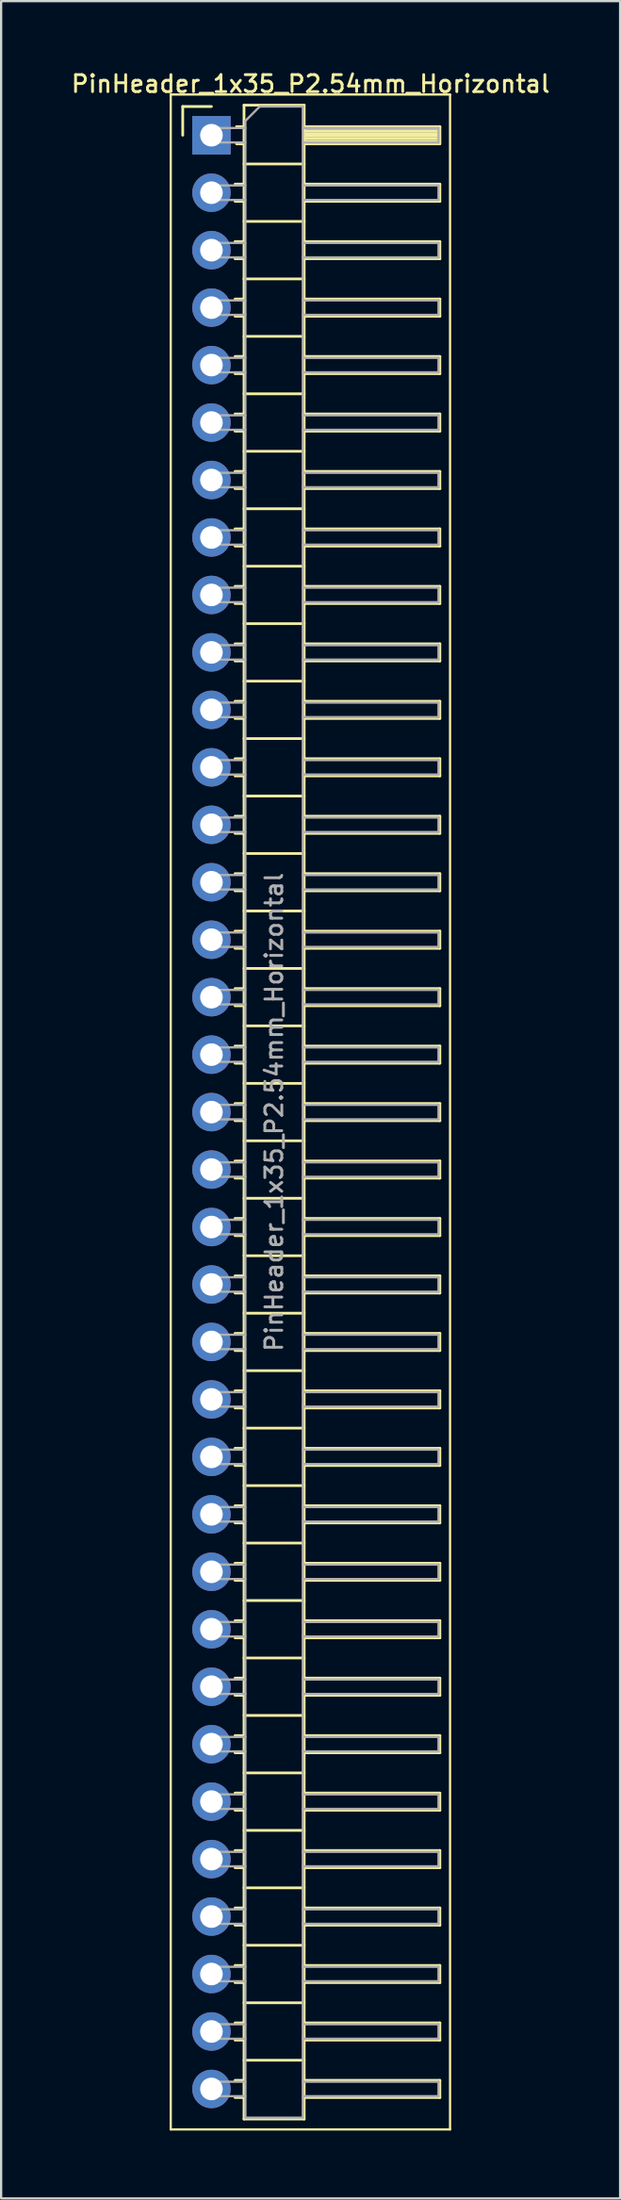
<source format=kicad_pcb>
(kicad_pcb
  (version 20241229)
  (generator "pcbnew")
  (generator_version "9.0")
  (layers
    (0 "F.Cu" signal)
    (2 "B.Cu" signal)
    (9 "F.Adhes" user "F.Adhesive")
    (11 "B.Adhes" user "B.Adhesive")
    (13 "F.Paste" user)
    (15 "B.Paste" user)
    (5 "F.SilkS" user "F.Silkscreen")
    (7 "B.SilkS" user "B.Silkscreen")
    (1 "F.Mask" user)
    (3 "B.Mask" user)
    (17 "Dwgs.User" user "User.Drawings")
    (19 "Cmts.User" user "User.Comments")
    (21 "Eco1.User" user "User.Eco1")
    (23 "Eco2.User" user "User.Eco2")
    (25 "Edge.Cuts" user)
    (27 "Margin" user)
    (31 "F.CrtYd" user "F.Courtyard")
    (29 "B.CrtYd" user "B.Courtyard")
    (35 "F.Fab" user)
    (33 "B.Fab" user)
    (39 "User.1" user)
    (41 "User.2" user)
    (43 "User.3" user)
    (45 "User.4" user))
  (footprint "PinHeader_1x35_P2.54mm_Horizontal"
    (layer "F.Cu")
    (at 6.299 2.928)
    (property "Reference" "PinHeader_1x35_P2.54mm_Horizontal" (at 4.385 -2.27 0) (layer "F.SilkS") (effects (font (size 0.75 0.75) (thickness 0.125))))
    (attr through_hole)
    (fp_line (start -1.8 -1.8) (end -1.8 88.15) (stroke (width 0.1) (type solid)) (layer "F.SilkS"))
    (fp_line (start -1.8 88.15) (end 10.55 88.15) (stroke (width 0.1) (type solid)) (layer "F.SilkS"))
    (fp_line (start -1.27 -1.27) (end 0 -1.27) (stroke (width 0.12) (type solid)) (layer "F.SilkS"))
    (fp_line (start -1.27 0) (end -1.27 -1.27) (stroke (width 0.12) (type solid)) (layer "F.SilkS"))
    (fp_line (start 1.043 2.16) (end 1.44 2.16) (stroke (width 0.12) (type solid)) (layer "F.SilkS"))
    (fp_line (start 1.043 2.92) (end 1.44 2.92) (stroke (width 0.12) (type solid)) (layer "F.SilkS"))
    (fp_line (start 1.043 4.7) (end 1.44 4.7) (stroke (width 0.12) (type solid)) (layer "F.SilkS"))
    (fp_line (start 1.043 5.46) (end 1.44 5.46) (stroke (width 0.12) (type solid)) (layer "F.SilkS"))
    (fp_line (start 1.043 7.24) (end 1.44 7.24) (stroke (width 0.12) (type solid)) (layer "F.SilkS"))
    (fp_line (start 1.043 8) (end 1.44 8) (stroke (width 0.12) (type solid)) (layer "F.SilkS"))
    (fp_line (start 1.043 9.78) (end 1.44 9.78) (stroke (width 0.12) (type solid)) (layer "F.SilkS"))
    (fp_line (start 1.043 10.54) (end 1.44 10.54) (stroke (width 0.12) (type solid)) (layer "F.SilkS"))
    (fp_line (start 1.043 12.32) (end 1.44 12.32) (stroke (width 0.12) (type solid)) (layer "F.SilkS"))
    (fp_line (start 1.043 13.08) (end 1.44 13.08) (stroke (width 0.12) (type solid)) (layer "F.SilkS"))
    (fp_line (start 1.043 14.86) (end 1.44 14.86) (stroke (width 0.12) (type solid)) (layer "F.SilkS"))
    (fp_line (start 1.043 15.62) (end 1.44 15.62) (stroke (width 0.12) (type solid)) (layer "F.SilkS"))
    (fp_line (start 1.043 17.4) (end 1.44 17.4) (stroke (width 0.12) (type solid)) (layer "F.SilkS"))
    (fp_line (start 1.043 18.16) (end 1.44 18.16) (stroke (width 0.12) (type solid)) (layer "F.SilkS"))
    (fp_line (start 1.043 19.94) (end 1.44 19.94) (stroke (width 0.12) (type solid)) (layer "F.SilkS"))
    (fp_line (start 1.043 20.7) (end 1.44 20.7) (stroke (width 0.12) (type solid)) (layer "F.SilkS"))
    (fp_line (start 1.043 22.48) (end 1.44 22.48) (stroke (width 0.12) (type solid)) (layer "F.SilkS"))
    (fp_line (start 1.043 23.24) (end 1.44 23.24) (stroke (width 0.12) (type solid)) (layer "F.SilkS"))
    (fp_line (start 1.043 25.02) (end 1.44 25.02) (stroke (width 0.12) (type solid)) (layer "F.SilkS"))
    (fp_line (start 1.043 25.78) (end 1.44 25.78) (stroke (width 0.12) (type solid)) (layer "F.SilkS"))
    (fp_line (start 1.043 27.56) (end 1.44 27.56) (stroke (width 0.12) (type solid)) (layer "F.SilkS"))
    (fp_line (start 1.043 28.32) (end 1.44 28.32) (stroke (width 0.12) (type solid)) (layer "F.SilkS"))
    (fp_line (start 1.043 30.1) (end 1.44 30.1) (stroke (width 0.12) (type solid)) (layer "F.SilkS"))
    (fp_line (start 1.043 30.86) (end 1.44 30.86) (stroke (width 0.12) (type solid)) (layer "F.SilkS"))
    (fp_line (start 1.043 32.64) (end 1.44 32.64) (stroke (width 0.12) (type solid)) (layer "F.SilkS"))
    (fp_line (start 1.043 33.4) (end 1.44 33.4) (stroke (width 0.12) (type solid)) (layer "F.SilkS"))
    (fp_line (start 1.043 35.18) (end 1.44 35.18) (stroke (width 0.12) (type solid)) (layer "F.SilkS"))
    (fp_line (start 1.043 35.94) (end 1.44 35.94) (stroke (width 0.12) (type solid)) (layer "F.SilkS"))
    (fp_line (start 1.043 37.72) (end 1.44 37.72) (stroke (width 0.12) (type solid)) (layer "F.SilkS"))
    (fp_line (start 1.043 38.48) (end 1.44 38.48) (stroke (width 0.12) (type solid)) (layer "F.SilkS"))
    (fp_line (start 1.043 40.26) (end 1.44 40.26) (stroke (width 0.12) (type solid)) (layer "F.SilkS"))
    (fp_line (start 1.043 41.02) (end 1.44 41.02) (stroke (width 0.12) (type solid)) (layer "F.SilkS"))
    (fp_line (start 1.043 42.8) (end 1.44 42.8) (stroke (width 0.12) (type solid)) (layer "F.SilkS"))
    (fp_line (start 1.043 43.56) (end 1.44 43.56) (stroke (width 0.12) (type solid)) (layer "F.SilkS"))
    (fp_line (start 1.043 45.34) (end 1.44 45.34) (stroke (width 0.12) (type solid)) (layer "F.SilkS"))
    (fp_line (start 1.043 46.1) (end 1.44 46.1) (stroke (width 0.12) (type solid)) (layer "F.SilkS"))
    (fp_line (start 1.043 47.88) (end 1.44 47.88) (stroke (width 0.12) (type solid)) (layer "F.SilkS"))
    (fp_line (start 1.043 48.64) (end 1.44 48.64) (stroke (width 0.12) (type solid)) (layer "F.SilkS"))
    (fp_line (start 1.043 50.42) (end 1.44 50.42) (stroke (width 0.12) (type solid)) (layer "F.SilkS"))
    (fp_line (start 1.043 51.18) (end 1.44 51.18) (stroke (width 0.12) (type solid)) (layer "F.SilkS"))
    (fp_line (start 1.043 52.96) (end 1.44 52.96) (stroke (width 0.12) (type solid)) (layer "F.SilkS"))
    (fp_line (start 1.043 53.72) (end 1.44 53.72) (stroke (width 0.12) (type solid)) (layer "F.SilkS"))
    (fp_line (start 1.043 55.5) (end 1.44 55.5) (stroke (width 0.12) (type solid)) (layer "F.SilkS"))
    (fp_line (start 1.043 56.26) (end 1.44 56.26) (stroke (width 0.12) (type solid)) (layer "F.SilkS"))
    (fp_line (start 1.043 58.04) (end 1.44 58.04) (stroke (width 0.12) (type solid)) (layer "F.SilkS"))
    (fp_line (start 1.043 58.8) (end 1.44 58.8) (stroke (width 0.12) (type solid)) (layer "F.SilkS"))
    (fp_line (start 1.043 60.58) (end 1.44 60.58) (stroke (width 0.12) (type solid)) (layer "F.SilkS"))
    (fp_line (start 1.043 61.34) (end 1.44 61.34) (stroke (width 0.12) (type solid)) (layer "F.SilkS"))
    (fp_line (start 1.043 63.12) (end 1.44 63.12) (stroke (width 0.12) (type solid)) (layer "F.SilkS"))
    (fp_line (start 1.043 63.88) (end 1.44 63.88) (stroke (width 0.12) (type solid)) (layer "F.SilkS"))
    (fp_line (start 1.043 65.66) (end 1.44 65.66) (stroke (width 0.12) (type solid)) (layer "F.SilkS"))
    (fp_line (start 1.043 66.42) (end 1.44 66.42) (stroke (width 0.12) (type solid)) (layer "F.SilkS"))
    (fp_line (start 1.043 68.2) (end 1.44 68.2) (stroke (width 0.12) (type solid)) (layer "F.SilkS"))
    (fp_line (start 1.043 68.96) (end 1.44 68.96) (stroke (width 0.12) (type solid)) (layer "F.SilkS"))
    (fp_line (start 1.043 70.74) (end 1.44 70.74) (stroke (width 0.12) (type solid)) (layer "F.SilkS"))
    (fp_line (start 1.043 71.5) (end 1.44 71.5) (stroke (width 0.12) (type solid)) (layer "F.SilkS"))
    (fp_line (start 1.043 73.28) (end 1.44 73.28) (stroke (width 0.12) (type solid)) (layer "F.SilkS"))
    (fp_line (start 1.043 74.04) (end 1.44 74.04) (stroke (width 0.12) (type solid)) (layer "F.SilkS"))
    (fp_line (start 1.043 75.82) (end 1.44 75.82) (stroke (width 0.12) (type solid)) (layer "F.SilkS"))
    (fp_line (start 1.043 76.58) (end 1.44 76.58) (stroke (width 0.12) (type solid)) (layer "F.SilkS"))
    (fp_line (start 1.043 78.36) (end 1.44 78.36) (stroke (width 0.12) (type solid)) (layer "F.SilkS"))
    (fp_line (start 1.043 79.12) (end 1.44 79.12) (stroke (width 0.12) (type solid)) (layer "F.SilkS"))
    (fp_line (start 1.043 80.9) (end 1.44 80.9) (stroke (width 0.12) (type solid)) (layer "F.SilkS"))
    (fp_line (start 1.043 81.66) (end 1.44 81.66) (stroke (width 0.12) (type solid)) (layer "F.SilkS"))
    (fp_line (start 1.043 83.44) (end 1.44 83.44) (stroke (width 0.12) (type solid)) (layer "F.SilkS"))
    (fp_line (start 1.043 84.2) (end 1.44 84.2) (stroke (width 0.12) (type solid)) (layer "F.SilkS"))
    (fp_line (start 1.043 85.98) (end 1.44 85.98) (stroke (width 0.12) (type solid)) (layer "F.SilkS"))
    (fp_line (start 1.043 86.74) (end 1.44 86.74) (stroke (width 0.12) (type solid)) (layer "F.SilkS"))
    (fp_line (start 1.11 -0.38) (end 1.44 -0.38) (stroke (width 0.12) (type solid)) (layer "F.SilkS"))
    (fp_line (start 1.11 0.38) (end 1.44 0.38) (stroke (width 0.12) (type solid)) (layer "F.SilkS"))
    (fp_line (start 1.44 -1.33) (end 1.44 87.69) (stroke (width 0.12) (type solid)) (layer "F.SilkS"))
    (fp_line (start 1.44 1.27) (end 4.1 1.27) (stroke (width 0.12) (type solid)) (layer "F.SilkS"))
    (fp_line (start 1.44 3.81) (end 4.1 3.81) (stroke (width 0.12) (type solid)) (layer "F.SilkS"))
    (fp_line (start 1.44 6.35) (end 4.1 6.35) (stroke (width 0.12) (type solid)) (layer "F.SilkS"))
    (fp_line (start 1.44 8.89) (end 4.1 8.89) (stroke (width 0.12) (type solid)) (layer "F.SilkS"))
    (fp_line (start 1.44 11.43) (end 4.1 11.43) (stroke (width 0.12) (type solid)) (layer "F.SilkS"))
    (fp_line (start 1.44 13.97) (end 4.1 13.97) (stroke (width 0.12) (type solid)) (layer "F.SilkS"))
    (fp_line (start 1.44 16.51) (end 4.1 16.51) (stroke (width 0.12) (type solid)) (layer "F.SilkS"))
    (fp_line (start 1.44 19.05) (end 4.1 19.05) (stroke (width 0.12) (type solid)) (layer "F.SilkS"))
    (fp_line (start 1.44 21.59) (end 4.1 21.59) (stroke (width 0.12) (type solid)) (layer "F.SilkS"))
    (fp_line (start 1.44 24.13) (end 4.1 24.13) (stroke (width 0.12) (type solid)) (layer "F.SilkS"))
    (fp_line (start 1.44 26.67) (end 4.1 26.67) (stroke (width 0.12) (type solid)) (layer "F.SilkS"))
    (fp_line (start 1.44 29.21) (end 4.1 29.21) (stroke (width 0.12) (type solid)) (layer "F.SilkS"))
    (fp_line (start 1.44 31.75) (end 4.1 31.75) (stroke (width 0.12) (type solid)) (layer "F.SilkS"))
    (fp_line (start 1.44 34.29) (end 4.1 34.29) (stroke (width 0.12) (type solid)) (layer "F.SilkS"))
    (fp_line (start 1.44 36.83) (end 4.1 36.83) (stroke (width 0.12) (type solid)) (layer "F.SilkS"))
    (fp_line (start 1.44 39.37) (end 4.1 39.37) (stroke (width 0.12) (type solid)) (layer "F.SilkS"))
    (fp_line (start 1.44 41.91) (end 4.1 41.91) (stroke (width 0.12) (type solid)) (layer "F.SilkS"))
    (fp_line (start 1.44 44.45) (end 4.1 44.45) (stroke (width 0.12) (type solid)) (layer "F.SilkS"))
    (fp_line (start 1.44 46.99) (end 4.1 46.99) (stroke (width 0.12) (type solid)) (layer "F.SilkS"))
    (fp_line (start 1.44 49.53) (end 4.1 49.53) (stroke (width 0.12) (type solid)) (layer "F.SilkS"))
    (fp_line (start 1.44 52.07) (end 4.1 52.07) (stroke (width 0.12) (type solid)) (layer "F.SilkS"))
    (fp_line (start 1.44 54.61) (end 4.1 54.61) (stroke (width 0.12) (type solid)) (layer "F.SilkS"))
    (fp_line (start 1.44 57.15) (end 4.1 57.15) (stroke (width 0.12) (type solid)) (layer "F.SilkS"))
    (fp_line (start 1.44 59.69) (end 4.1 59.69) (stroke (width 0.12) (type solid)) (layer "F.SilkS"))
    (fp_line (start 1.44 62.23) (end 4.1 62.23) (stroke (width 0.12) (type solid)) (layer "F.SilkS"))
    (fp_line (start 1.44 64.77) (end 4.1 64.77) (stroke (width 0.12) (type solid)) (layer "F.SilkS"))
    (fp_line (start 1.44 67.31) (end 4.1 67.31) (stroke (width 0.12) (type solid)) (layer "F.SilkS"))
    (fp_line (start 1.44 69.85) (end 4.1 69.85) (stroke (width 0.12) (type solid)) (layer "F.SilkS"))
    (fp_line (start 1.44 72.39) (end 4.1 72.39) (stroke (width 0.12) (type solid)) (layer "F.SilkS"))
    (fp_line (start 1.44 74.93) (end 4.1 74.93) (stroke (width 0.12) (type solid)) (layer "F.SilkS"))
    (fp_line (start 1.44 77.47) (end 4.1 77.47) (stroke (width 0.12) (type solid)) (layer "F.SilkS"))
    (fp_line (start 1.44 80.01) (end 4.1 80.01) (stroke (width 0.12) (type solid)) (layer "F.SilkS"))
    (fp_line (start 1.44 82.55) (end 4.1 82.55) (stroke (width 0.12) (type solid)) (layer "F.SilkS"))
    (fp_line (start 1.44 85.09) (end 4.1 85.09) (stroke (width 0.12) (type solid)) (layer "F.SilkS"))
    (fp_line (start 1.44 87.69) (end 4.1 87.69) (stroke (width 0.12) (type solid)) (layer "F.SilkS"))
    (fp_line (start 4.1 -1.33) (end 1.44 -1.33) (stroke (width 0.12) (type solid)) (layer "F.SilkS"))
    (fp_line (start 4.1 -0.38) (end 10.1 -0.38) (stroke (width 0.12) (type solid)) (layer "F.SilkS"))
    (fp_line (start 4.1 -0.32) (end 10.1 -0.32) (stroke (width 0.12) (type solid)) (layer "F.SilkS"))
    (fp_line (start 4.1 -0.2) (end 10.1 -0.2) (stroke (width 0.12) (type solid)) (layer "F.SilkS"))
    (fp_line (start 4.1 -0.08) (end 10.1 -0.08) (stroke (width 0.12) (type solid)) (layer "F.SilkS"))
    (fp_line (start 4.1 0.04) (end 10.1 0.04) (stroke (width 0.12) (type solid)) (layer "F.SilkS"))
    (fp_line (start 4.1 0.16) (end 10.1 0.16) (stroke (width 0.12) (type solid)) (layer "F.SilkS"))
    (fp_line (start 4.1 0.28) (end 10.1 0.28) (stroke (width 0.12) (type solid)) (layer "F.SilkS"))
    (fp_line (start 4.1 2.16) (end 10.1 2.16) (stroke (width 0.12) (type solid)) (layer "F.SilkS"))
    (fp_line (start 4.1 4.7) (end 10.1 4.7) (stroke (width 0.12) (type solid)) (layer "F.SilkS"))
    (fp_line (start 4.1 7.24) (end 10.1 7.24) (stroke (width 0.12) (type solid)) (layer "F.SilkS"))
    (fp_line (start 4.1 9.78) (end 10.1 9.78) (stroke (width 0.12) (type solid)) (layer "F.SilkS"))
    (fp_line (start 4.1 12.32) (end 10.1 12.32) (stroke (width 0.12) (type solid)) (layer "F.SilkS"))
    (fp_line (start 4.1 14.86) (end 10.1 14.86) (stroke (width 0.12) (type solid)) (layer "F.SilkS"))
    (fp_line (start 4.1 17.4) (end 10.1 17.4) (stroke (width 0.12) (type solid)) (layer "F.SilkS"))
    (fp_line (start 4.1 19.94) (end 10.1 19.94) (stroke (width 0.12) (type solid)) (layer "F.SilkS"))
    (fp_line (start 4.1 22.48) (end 10.1 22.48) (stroke (width 0.12) (type solid)) (layer "F.SilkS"))
    (fp_line (start 4.1 25.02) (end 10.1 25.02) (stroke (width 0.12) (type solid)) (layer "F.SilkS"))
    (fp_line (start 4.1 27.56) (end 10.1 27.56) (stroke (width 0.12) (type solid)) (layer "F.SilkS"))
    (fp_line (start 4.1 30.1) (end 10.1 30.1) (stroke (width 0.12) (type solid)) (layer "F.SilkS"))
    (fp_line (start 4.1 32.64) (end 10.1 32.64) (stroke (width 0.12) (type solid)) (layer "F.SilkS"))
    (fp_line (start 4.1 35.18) (end 10.1 35.18) (stroke (width 0.12) (type solid)) (layer "F.SilkS"))
    (fp_line (start 4.1 37.72) (end 10.1 37.72) (stroke (width 0.12) (type solid)) (layer "F.SilkS"))
    (fp_line (start 4.1 40.26) (end 10.1 40.26) (stroke (width 0.12) (type solid)) (layer "F.SilkS"))
    (fp_line (start 4.1 42.8) (end 10.1 42.8) (stroke (width 0.12) (type solid)) (layer "F.SilkS"))
    (fp_line (start 4.1 45.34) (end 10.1 45.34) (stroke (width 0.12) (type solid)) (layer "F.SilkS"))
    (fp_line (start 4.1 47.88) (end 10.1 47.88) (stroke (width 0.12) (type solid)) (layer "F.SilkS"))
    (fp_line (start 4.1 50.42) (end 10.1 50.42) (stroke (width 0.12) (type solid)) (layer "F.SilkS"))
    (fp_line (start 4.1 52.96) (end 10.1 52.96) (stroke (width 0.12) (type solid)) (layer "F.SilkS"))
    (fp_line (start 4.1 55.5) (end 10.1 55.5) (stroke (width 0.12) (type solid)) (layer "F.SilkS"))
    (fp_line (start 4.1 58.04) (end 10.1 58.04) (stroke (width 0.12) (type solid)) (layer "F.SilkS"))
    (fp_line (start 4.1 60.58) (end 10.1 60.58) (stroke (width 0.12) (type solid)) (layer "F.SilkS"))
    (fp_line (start 4.1 63.12) (end 10.1 63.12) (stroke (width 0.12) (type solid)) (layer "F.SilkS"))
    (fp_line (start 4.1 65.66) (end 10.1 65.66) (stroke (width 0.12) (type solid)) (layer "F.SilkS"))
    (fp_line (start 4.1 68.2) (end 10.1 68.2) (stroke (width 0.12) (type solid)) (layer "F.SilkS"))
    (fp_line (start 4.1 70.74) (end 10.1 70.74) (stroke (width 0.12) (type solid)) (layer "F.SilkS"))
    (fp_line (start 4.1 73.28) (end 10.1 73.28) (stroke (width 0.12) (type solid)) (layer "F.SilkS"))
    (fp_line (start 4.1 75.82) (end 10.1 75.82) (stroke (width 0.12) (type solid)) (layer "F.SilkS"))
    (fp_line (start 4.1 78.36) (end 10.1 78.36) (stroke (width 0.12) (type solid)) (layer "F.SilkS"))
    (fp_line (start 4.1 80.9) (end 10.1 80.9) (stroke (width 0.12) (type solid)) (layer "F.SilkS"))
    (fp_line (start 4.1 83.44) (end 10.1 83.44) (stroke (width 0.12) (type solid)) (layer "F.SilkS"))
    (fp_line (start 4.1 85.98) (end 10.1 85.98) (stroke (width 0.12) (type solid)) (layer "F.SilkS"))
    (fp_line (start 4.1 87.69) (end 4.1 -1.33) (stroke (width 0.12) (type solid)) (layer "F.SilkS"))
    (fp_line (start 10.1 -0.38) (end 10.1 0.38) (stroke (width 0.12) (type solid)) (layer "F.SilkS"))
    (fp_line (start 10.1 0.38) (end 4.1 0.38) (stroke (width 0.12) (type solid)) (layer "F.SilkS"))
    (fp_line (start 10.1 2.16) (end 10.1 2.92) (stroke (width 0.12) (type solid)) (layer "F.SilkS"))
    (fp_line (start 10.1 2.92) (end 4.1 2.92) (stroke (width 0.12) (type solid)) (layer "F.SilkS"))
    (fp_line (start 10.1 4.7) (end 10.1 5.46) (stroke (width 0.12) (type solid)) (layer "F.SilkS"))
    (fp_line (start 10.1 5.46) (end 4.1 5.46) (stroke (width 0.12) (type solid)) (layer "F.SilkS"))
    (fp_line (start 10.1 7.24) (end 10.1 8) (stroke (width 0.12) (type solid)) (layer "F.SilkS"))
    (fp_line (start 10.1 8) (end 4.1 8) (stroke (width 0.12) (type solid)) (layer "F.SilkS"))
    (fp_line (start 10.1 9.78) (end 10.1 10.54) (stroke (width 0.12) (type solid)) (layer "F.SilkS"))
    (fp_line (start 10.1 10.54) (end 4.1 10.54) (stroke (width 0.12) (type solid)) (layer "F.SilkS"))
    (fp_line (start 10.1 12.32) (end 10.1 13.08) (stroke (width 0.12) (type solid)) (layer "F.SilkS"))
    (fp_line (start 10.1 13.08) (end 4.1 13.08) (stroke (width 0.12) (type solid)) (layer "F.SilkS"))
    (fp_line (start 10.1 14.86) (end 10.1 15.62) (stroke (width 0.12) (type solid)) (layer "F.SilkS"))
    (fp_line (start 10.1 15.62) (end 4.1 15.62) (stroke (width 0.12) (type solid)) (layer "F.SilkS"))
    (fp_line (start 10.1 17.4) (end 10.1 18.16) (stroke (width 0.12) (type solid)) (layer "F.SilkS"))
    (fp_line (start 10.1 18.16) (end 4.1 18.16) (stroke (width 0.12) (type solid)) (layer "F.SilkS"))
    (fp_line (start 10.1 19.94) (end 10.1 20.7) (stroke (width 0.12) (type solid)) (layer "F.SilkS"))
    (fp_line (start 10.1 20.7) (end 4.1 20.7) (stroke (width 0.12) (type solid)) (layer "F.SilkS"))
    (fp_line (start 10.1 22.48) (end 10.1 23.24) (stroke (width 0.12) (type solid)) (layer "F.SilkS"))
    (fp_line (start 10.1 23.24) (end 4.1 23.24) (stroke (width 0.12) (type solid)) (layer "F.SilkS"))
    (fp_line (start 10.1 25.02) (end 10.1 25.78) (stroke (width 0.12) (type solid)) (layer "F.SilkS"))
    (fp_line (start 10.1 25.78) (end 4.1 25.78) (stroke (width 0.12) (type solid)) (layer "F.SilkS"))
    (fp_line (start 10.1 27.56) (end 10.1 28.32) (stroke (width 0.12) (type solid)) (layer "F.SilkS"))
    (fp_line (start 10.1 28.32) (end 4.1 28.32) (stroke (width 0.12) (type solid)) (layer "F.SilkS"))
    (fp_line (start 10.1 30.1) (end 10.1 30.86) (stroke (width 0.12) (type solid)) (layer "F.SilkS"))
    (fp_line (start 10.1 30.86) (end 4.1 30.86) (stroke (width 0.12) (type solid)) (layer "F.SilkS"))
    (fp_line (start 10.1 32.64) (end 10.1 33.4) (stroke (width 0.12) (type solid)) (layer "F.SilkS"))
    (fp_line (start 10.1 33.4) (end 4.1 33.4) (stroke (width 0.12) (type solid)) (layer "F.SilkS"))
    (fp_line (start 10.1 35.18) (end 10.1 35.94) (stroke (width 0.12) (type solid)) (layer "F.SilkS"))
    (fp_line (start 10.1 35.94) (end 4.1 35.94) (stroke (width 0.12) (type solid)) (layer "F.SilkS"))
    (fp_line (start 10.1 37.72) (end 10.1 38.48) (stroke (width 0.12) (type solid)) (layer "F.SilkS"))
    (fp_line (start 10.1 38.48) (end 4.1 38.48) (stroke (width 0.12) (type solid)) (layer "F.SilkS"))
    (fp_line (start 10.1 40.26) (end 10.1 41.02) (stroke (width 0.12) (type solid)) (layer "F.SilkS"))
    (fp_line (start 10.1 41.02) (end 4.1 41.02) (stroke (width 0.12) (type solid)) (layer "F.SilkS"))
    (fp_line (start 10.1 42.8) (end 10.1 43.56) (stroke (width 0.12) (type solid)) (layer "F.SilkS"))
    (fp_line (start 10.1 43.56) (end 4.1 43.56) (stroke (width 0.12) (type solid)) (layer "F.SilkS"))
    (fp_line (start 10.1 45.34) (end 10.1 46.1) (stroke (width 0.12) (type solid)) (layer "F.SilkS"))
    (fp_line (start 10.1 46.1) (end 4.1 46.1) (stroke (width 0.12) (type solid)) (layer "F.SilkS"))
    (fp_line (start 10.1 47.88) (end 10.1 48.64) (stroke (width 0.12) (type solid)) (layer "F.SilkS"))
    (fp_line (start 10.1 48.64) (end 4.1 48.64) (stroke (width 0.12) (type solid)) (layer "F.SilkS"))
    (fp_line (start 10.1 50.42) (end 10.1 51.18) (stroke (width 0.12) (type solid)) (layer "F.SilkS"))
    (fp_line (start 10.1 51.18) (end 4.1 51.18) (stroke (width 0.12) (type solid)) (layer "F.SilkS"))
    (fp_line (start 10.1 52.96) (end 10.1 53.72) (stroke (width 0.12) (type solid)) (layer "F.SilkS"))
    (fp_line (start 10.1 53.72) (end 4.1 53.72) (stroke (width 0.12) (type solid)) (layer "F.SilkS"))
    (fp_line (start 10.1 55.5) (end 10.1 56.26) (stroke (width 0.12) (type solid)) (layer "F.SilkS"))
    (fp_line (start 10.1 56.26) (end 4.1 56.26) (stroke (width 0.12) (type solid)) (layer "F.SilkS"))
    (fp_line (start 10.1 58.04) (end 10.1 58.8) (stroke (width 0.12) (type solid)) (layer "F.SilkS"))
    (fp_line (start 10.1 58.8) (end 4.1 58.8) (stroke (width 0.12) (type solid)) (layer "F.SilkS"))
    (fp_line (start 10.1 60.58) (end 10.1 61.34) (stroke (width 0.12) (type solid)) (layer "F.SilkS"))
    (fp_line (start 10.1 61.34) (end 4.1 61.34) (stroke (width 0.12) (type solid)) (layer "F.SilkS"))
    (fp_line (start 10.1 63.12) (end 10.1 63.88) (stroke (width 0.12) (type solid)) (layer "F.SilkS"))
    (fp_line (start 10.1 63.88) (end 4.1 63.88) (stroke (width 0.12) (type solid)) (layer "F.SilkS"))
    (fp_line (start 10.1 65.66) (end 10.1 66.42) (stroke (width 0.12) (type solid)) (layer "F.SilkS"))
    (fp_line (start 10.1 66.42) (end 4.1 66.42) (stroke (width 0.12) (type solid)) (layer "F.SilkS"))
    (fp_line (start 10.1 68.2) (end 10.1 68.96) (stroke (width 0.12) (type solid)) (layer "F.SilkS"))
    (fp_line (start 10.1 68.96) (end 4.1 68.96) (stroke (width 0.12) (type solid)) (layer "F.SilkS"))
    (fp_line (start 10.1 70.74) (end 10.1 71.5) (stroke (width 0.12) (type solid)) (layer "F.SilkS"))
    (fp_line (start 10.1 71.5) (end 4.1 71.5) (stroke (width 0.12) (type solid)) (layer "F.SilkS"))
    (fp_line (start 10.1 73.28) (end 10.1 74.04) (stroke (width 0.12) (type solid)) (layer "F.SilkS"))
    (fp_line (start 10.1 74.04) (end 4.1 74.04) (stroke (width 0.12) (type solid)) (layer "F.SilkS"))
    (fp_line (start 10.1 75.82) (end 10.1 76.58) (stroke (width 0.12) (type solid)) (layer "F.SilkS"))
    (fp_line (start 10.1 76.58) (end 4.1 76.58) (stroke (width 0.12) (type solid)) (layer "F.SilkS"))
    (fp_line (start 10.1 78.36) (end 10.1 79.12) (stroke (width 0.12) (type solid)) (layer "F.SilkS"))
    (fp_line (start 10.1 79.12) (end 4.1 79.12) (stroke (width 0.12) (type solid)) (layer "F.SilkS"))
    (fp_line (start 10.1 80.9) (end 10.1 81.66) (stroke (width 0.12) (type solid)) (layer "F.SilkS"))
    (fp_line (start 10.1 81.66) (end 4.1 81.66) (stroke (width 0.12) (type solid)) (layer "F.SilkS"))
    (fp_line (start 10.1 83.44) (end 10.1 84.2) (stroke (width 0.12) (type solid)) (layer "F.SilkS"))
    (fp_line (start 10.1 84.2) (end 4.1 84.2) (stroke (width 0.12) (type solid)) (layer "F.SilkS"))
    (fp_line (start 10.1 85.98) (end 10.1 86.74) (stroke (width 0.12) (type solid)) (layer "F.SilkS"))
    (fp_line (start 10.1 86.74) (end 4.1 86.74) (stroke (width 0.12) (type solid)) (layer "F.SilkS"))
    (fp_line (start 10.55 -1.8) (end -1.8 -1.8) (stroke (width 0.1) (type solid)) (layer "F.SilkS"))
    (fp_line (start 10.55 88.15) (end 10.55 -1.8) (stroke (width 0.1) (type solid)) (layer "F.SilkS"))
    (fp_line (start -0.32 -0.32) (end -0.32 0.32) (stroke (width 0.1) (type solid)) (layer "F.Fab"))
    (fp_line (start -0.32 -0.32) (end 1.5 -0.32) (stroke (width 0.1) (type solid)) (layer "F.Fab"))
    (fp_line (start -0.32 0.32) (end 1.5 0.32) (stroke (width 0.1) (type solid)) (layer "F.Fab"))
    (fp_line (start -0.32 2.22) (end -0.32 2.86) (stroke (width 0.1) (type solid)) (layer "F.Fab"))
    (fp_line (start -0.32 2.22) (end 1.5 2.22) (stroke (width 0.1) (type solid)) (layer "F.Fab"))
    (fp_line (start -0.32 2.86) (end 1.5 2.86) (stroke (width 0.1) (type solid)) (layer "F.Fab"))
    (fp_line (start -0.32 4.76) (end -0.32 5.4) (stroke (width 0.1) (type solid)) (layer "F.Fab"))
    (fp_line (start -0.32 4.76) (end 1.5 4.76) (stroke (width 0.1) (type solid)) (layer "F.Fab"))
    (fp_line (start -0.32 5.4) (end 1.5 5.4) (stroke (width 0.1) (type solid)) (layer "F.Fab"))
    (fp_line (start -0.32 7.3) (end -0.32 7.94) (stroke (width 0.1) (type solid)) (layer "F.Fab"))
    (fp_line (start -0.32 7.3) (end 1.5 7.3) (stroke (width 0.1) (type solid)) (layer "F.Fab"))
    (fp_line (start -0.32 7.94) (end 1.5 7.94) (stroke (width 0.1) (type solid)) (layer "F.Fab"))
    (fp_line (start -0.32 9.84) (end -0.32 10.48) (stroke (width 0.1) (type solid)) (layer "F.Fab"))
    (fp_line (start -0.32 9.84) (end 1.5 9.84) (stroke (width 0.1) (type solid)) (layer "F.Fab"))
    (fp_line (start -0.32 10.48) (end 1.5 10.48) (stroke (width 0.1) (type solid)) (layer "F.Fab"))
    (fp_line (start -0.32 12.38) (end -0.32 13.02) (stroke (width 0.1) (type solid)) (layer "F.Fab"))
    (fp_line (start -0.32 12.38) (end 1.5 12.38) (stroke (width 0.1) (type solid)) (layer "F.Fab"))
    (fp_line (start -0.32 13.02) (end 1.5 13.02) (stroke (width 0.1) (type solid)) (layer "F.Fab"))
    (fp_line (start -0.32 14.92) (end -0.32 15.56) (stroke (width 0.1) (type solid)) (layer "F.Fab"))
    (fp_line (start -0.32 14.92) (end 1.5 14.92) (stroke (width 0.1) (type solid)) (layer "F.Fab"))
    (fp_line (start -0.32 15.56) (end 1.5 15.56) (stroke (width 0.1) (type solid)) (layer "F.Fab"))
    (fp_line (start -0.32 17.46) (end -0.32 18.1) (stroke (width 0.1) (type solid)) (layer "F.Fab"))
    (fp_line (start -0.32 17.46) (end 1.5 17.46) (stroke (width 0.1) (type solid)) (layer "F.Fab"))
    (fp_line (start -0.32 18.1) (end 1.5 18.1) (stroke (width 0.1) (type solid)) (layer "F.Fab"))
    (fp_line (start -0.32 20) (end -0.32 20.64) (stroke (width 0.1) (type solid)) (layer "F.Fab"))
    (fp_line (start -0.32 20) (end 1.5 20) (stroke (width 0.1) (type solid)) (layer "F.Fab"))
    (fp_line (start -0.32 20.64) (end 1.5 20.64) (stroke (width 0.1) (type solid)) (layer "F.Fab"))
    (fp_line (start -0.32 22.54) (end -0.32 23.18) (stroke (width 0.1) (type solid)) (layer "F.Fab"))
    (fp_line (start -0.32 22.54) (end 1.5 22.54) (stroke (width 0.1) (type solid)) (layer "F.Fab"))
    (fp_line (start -0.32 23.18) (end 1.5 23.18) (stroke (width 0.1) (type solid)) (layer "F.Fab"))
    (fp_line (start -0.32 25.08) (end -0.32 25.72) (stroke (width 0.1) (type solid)) (layer "F.Fab"))
    (fp_line (start -0.32 25.08) (end 1.5 25.08) (stroke (width 0.1) (type solid)) (layer "F.Fab"))
    (fp_line (start -0.32 25.72) (end 1.5 25.72) (stroke (width 0.1) (type solid)) (layer "F.Fab"))
    (fp_line (start -0.32 27.62) (end -0.32 28.26) (stroke (width 0.1) (type solid)) (layer "F.Fab"))
    (fp_line (start -0.32 27.62) (end 1.5 27.62) (stroke (width 0.1) (type solid)) (layer "F.Fab"))
    (fp_line (start -0.32 28.26) (end 1.5 28.26) (stroke (width 0.1) (type solid)) (layer "F.Fab"))
    (fp_line (start -0.32 30.16) (end -0.32 30.8) (stroke (width 0.1) (type solid)) (layer "F.Fab"))
    (fp_line (start -0.32 30.16) (end 1.5 30.16) (stroke (width 0.1) (type solid)) (layer "F.Fab"))
    (fp_line (start -0.32 30.8) (end 1.5 30.8) (stroke (width 0.1) (type solid)) (layer "F.Fab"))
    (fp_line (start -0.32 32.7) (end -0.32 33.34) (stroke (width 0.1) (type solid)) (layer "F.Fab"))
    (fp_line (start -0.32 32.7) (end 1.5 32.7) (stroke (width 0.1) (type solid)) (layer "F.Fab"))
    (fp_line (start -0.32 33.34) (end 1.5 33.34) (stroke (width 0.1) (type solid)) (layer "F.Fab"))
    (fp_line (start -0.32 35.24) (end -0.32 35.88) (stroke (width 0.1) (type solid)) (layer "F.Fab"))
    (fp_line (start -0.32 35.24) (end 1.5 35.24) (stroke (width 0.1) (type solid)) (layer "F.Fab"))
    (fp_line (start -0.32 35.88) (end 1.5 35.88) (stroke (width 0.1) (type solid)) (layer "F.Fab"))
    (fp_line (start -0.32 37.78) (end -0.32 38.42) (stroke (width 0.1) (type solid)) (layer "F.Fab"))
    (fp_line (start -0.32 37.78) (end 1.5 37.78) (stroke (width 0.1) (type solid)) (layer "F.Fab"))
    (fp_line (start -0.32 38.42) (end 1.5 38.42) (stroke (width 0.1) (type solid)) (layer "F.Fab"))
    (fp_line (start -0.32 40.32) (end -0.32 40.96) (stroke (width 0.1) (type solid)) (layer "F.Fab"))
    (fp_line (start -0.32 40.32) (end 1.5 40.32) (stroke (width 0.1) (type solid)) (layer "F.Fab"))
    (fp_line (start -0.32 40.96) (end 1.5 40.96) (stroke (width 0.1) (type solid)) (layer "F.Fab"))
    (fp_line (start -0.32 42.86) (end -0.32 43.5) (stroke (width 0.1) (type solid)) (layer "F.Fab"))
    (fp_line (start -0.32 42.86) (end 1.5 42.86) (stroke (width 0.1) (type solid)) (layer "F.Fab"))
    (fp_line (start -0.32 43.5) (end 1.5 43.5) (stroke (width 0.1) (type solid)) (layer "F.Fab"))
    (fp_line (start -0.32 45.4) (end -0.32 46.04) (stroke (width 0.1) (type solid)) (layer "F.Fab"))
    (fp_line (start -0.32 45.4) (end 1.5 45.4) (stroke (width 0.1) (type solid)) (layer "F.Fab"))
    (fp_line (start -0.32 46.04) (end 1.5 46.04) (stroke (width 0.1) (type solid)) (layer "F.Fab"))
    (fp_line (start -0.32 47.94) (end -0.32 48.58) (stroke (width 0.1) (type solid)) (layer "F.Fab"))
    (fp_line (start -0.32 47.94) (end 1.5 47.94) (stroke (width 0.1) (type solid)) (layer "F.Fab"))
    (fp_line (start -0.32 48.58) (end 1.5 48.58) (stroke (width 0.1) (type solid)) (layer "F.Fab"))
    (fp_line (start -0.32 50.48) (end -0.32 51.12) (stroke (width 0.1) (type solid)) (layer "F.Fab"))
    (fp_line (start -0.32 50.48) (end 1.5 50.48) (stroke (width 0.1) (type solid)) (layer "F.Fab"))
    (fp_line (start -0.32 51.12) (end 1.5 51.12) (stroke (width 0.1) (type solid)) (layer "F.Fab"))
    (fp_line (start -0.32 53.02) (end -0.32 53.66) (stroke (width 0.1) (type solid)) (layer "F.Fab"))
    (fp_line (start -0.32 53.02) (end 1.5 53.02) (stroke (width 0.1) (type solid)) (layer "F.Fab"))
    (fp_line (start -0.32 53.66) (end 1.5 53.66) (stroke (width 0.1) (type solid)) (layer "F.Fab"))
    (fp_line (start -0.32 55.56) (end -0.32 56.2) (stroke (width 0.1) (type solid)) (layer "F.Fab"))
    (fp_line (start -0.32 55.56) (end 1.5 55.56) (stroke (width 0.1) (type solid)) (layer "F.Fab"))
    (fp_line (start -0.32 56.2) (end 1.5 56.2) (stroke (width 0.1) (type solid)) (layer "F.Fab"))
    (fp_line (start -0.32 58.1) (end -0.32 58.74) (stroke (width 0.1) (type solid)) (layer "F.Fab"))
    (fp_line (start -0.32 58.1) (end 1.5 58.1) (stroke (width 0.1) (type solid)) (layer "F.Fab"))
    (fp_line (start -0.32 58.74) (end 1.5 58.74) (stroke (width 0.1) (type solid)) (layer "F.Fab"))
    (fp_line (start -0.32 60.64) (end -0.32 61.28) (stroke (width 0.1) (type solid)) (layer "F.Fab"))
    (fp_line (start -0.32 60.64) (end 1.5 60.64) (stroke (width 0.1) (type solid)) (layer "F.Fab"))
    (fp_line (start -0.32 61.28) (end 1.5 61.28) (stroke (width 0.1) (type solid)) (layer "F.Fab"))
    (fp_line (start -0.32 63.18) (end -0.32 63.82) (stroke (width 0.1) (type solid)) (layer "F.Fab"))
    (fp_line (start -0.32 63.18) (end 1.5 63.18) (stroke (width 0.1) (type solid)) (layer "F.Fab"))
    (fp_line (start -0.32 63.82) (end 1.5 63.82) (stroke (width 0.1) (type solid)) (layer "F.Fab"))
    (fp_line (start -0.32 65.72) (end -0.32 66.36) (stroke (width 0.1) (type solid)) (layer "F.Fab"))
    (fp_line (start -0.32 65.72) (end 1.5 65.72) (stroke (width 0.1) (type solid)) (layer "F.Fab"))
    (fp_line (start -0.32 66.36) (end 1.5 66.36) (stroke (width 0.1) (type solid)) (layer "F.Fab"))
    (fp_line (start -0.32 68.26) (end -0.32 68.9) (stroke (width 0.1) (type solid)) (layer "F.Fab"))
    (fp_line (start -0.32 68.26) (end 1.5 68.26) (stroke (width 0.1) (type solid)) (layer "F.Fab"))
    (fp_line (start -0.32 68.9) (end 1.5 68.9) (stroke (width 0.1) (type solid)) (layer "F.Fab"))
    (fp_line (start -0.32 70.8) (end -0.32 71.44) (stroke (width 0.1) (type solid)) (layer "F.Fab"))
    (fp_line (start -0.32 70.8) (end 1.5 70.8) (stroke (width 0.1) (type solid)) (layer "F.Fab"))
    (fp_line (start -0.32 71.44) (end 1.5 71.44) (stroke (width 0.1) (type solid)) (layer "F.Fab"))
    (fp_line (start -0.32 73.34) (end -0.32 73.98) (stroke (width 0.1) (type solid)) (layer "F.Fab"))
    (fp_line (start -0.32 73.34) (end 1.5 73.34) (stroke (width 0.1) (type solid)) (layer "F.Fab"))
    (fp_line (start -0.32 73.98) (end 1.5 73.98) (stroke (width 0.1) (type solid)) (layer "F.Fab"))
    (fp_line (start -0.32 75.88) (end -0.32 76.52) (stroke (width 0.1) (type solid)) (layer "F.Fab"))
    (fp_line (start -0.32 75.88) (end 1.5 75.88) (stroke (width 0.1) (type solid)) (layer "F.Fab"))
    (fp_line (start -0.32 76.52) (end 1.5 76.52) (stroke (width 0.1) (type solid)) (layer "F.Fab"))
    (fp_line (start -0.32 78.42) (end -0.32 79.06) (stroke (width 0.1) (type solid)) (layer "F.Fab"))
    (fp_line (start -0.32 78.42) (end 1.5 78.42) (stroke (width 0.1) (type solid)) (layer "F.Fab"))
    (fp_line (start -0.32 79.06) (end 1.5 79.06) (stroke (width 0.1) (type solid)) (layer "F.Fab"))
    (fp_line (start -0.32 80.96) (end -0.32 81.6) (stroke (width 0.1) (type solid)) (layer "F.Fab"))
    (fp_line (start -0.32 80.96) (end 1.5 80.96) (stroke (width 0.1) (type solid)) (layer "F.Fab"))
    (fp_line (start -0.32 81.6) (end 1.5 81.6) (stroke (width 0.1) (type solid)) (layer "F.Fab"))
    (fp_line (start -0.32 83.5) (end -0.32 84.14) (stroke (width 0.1) (type solid)) (layer "F.Fab"))
    (fp_line (start -0.32 83.5) (end 1.5 83.5) (stroke (width 0.1) (type solid)) (layer "F.Fab"))
    (fp_line (start -0.32 84.14) (end 1.5 84.14) (stroke (width 0.1) (type solid)) (layer "F.Fab"))
    (fp_line (start -0.32 86.04) (end -0.32 86.68) (stroke (width 0.1) (type solid)) (layer "F.Fab"))
    (fp_line (start -0.32 86.04) (end 1.5 86.04) (stroke (width 0.1) (type solid)) (layer "F.Fab"))
    (fp_line (start -0.32 86.68) (end 1.5 86.68) (stroke (width 0.1) (type solid)) (layer "F.Fab"))
    (fp_line (start 1.5 -0.635) (end 2.135 -1.27) (stroke (width 0.1) (type solid)) (layer "F.Fab"))
    (fp_line (start 1.5 87.63) (end 1.5 -0.635) (stroke (width 0.1) (type solid)) (layer "F.Fab"))
    (fp_line (start 2.135 -1.27) (end 4.04 -1.27) (stroke (width 0.1) (type solid)) (layer "F.Fab"))
    (fp_line (start 4.04 -1.27) (end 4.04 87.63) (stroke (width 0.1) (type solid)) (layer "F.Fab"))
    (fp_line (start 4.04 -0.32) (end 10.04 -0.32) (stroke (width 0.1) (type solid)) (layer "F.Fab"))
    (fp_line (start 4.04 0.32) (end 10.04 0.32) (stroke (width 0.1) (type solid)) (layer "F.Fab"))
    (fp_line (start 4.04 2.22) (end 10.04 2.22) (stroke (width 0.1) (type solid)) (layer "F.Fab"))
    (fp_line (start 4.04 2.86) (end 10.04 2.86) (stroke (width 0.1) (type solid)) (layer "F.Fab"))
    (fp_line (start 4.04 4.76) (end 10.04 4.76) (stroke (width 0.1) (type solid)) (layer "F.Fab"))
    (fp_line (start 4.04 5.4) (end 10.04 5.4) (stroke (width 0.1) (type solid)) (layer "F.Fab"))
    (fp_line (start 4.04 7.3) (end 10.04 7.3) (stroke (width 0.1) (type solid)) (layer "F.Fab"))
    (fp_line (start 4.04 7.94) (end 10.04 7.94) (stroke (width 0.1) (type solid)) (layer "F.Fab"))
    (fp_line (start 4.04 9.84) (end 10.04 9.84) (stroke (width 0.1) (type solid)) (layer "F.Fab"))
    (fp_line (start 4.04 10.48) (end 10.04 10.48) (stroke (width 0.1) (type solid)) (layer "F.Fab"))
    (fp_line (start 4.04 12.38) (end 10.04 12.38) (stroke (width 0.1) (type solid)) (layer "F.Fab"))
    (fp_line (start 4.04 13.02) (end 10.04 13.02) (stroke (width 0.1) (type solid)) (layer "F.Fab"))
    (fp_line (start 4.04 14.92) (end 10.04 14.92) (stroke (width 0.1) (type solid)) (layer "F.Fab"))
    (fp_line (start 4.04 15.56) (end 10.04 15.56) (stroke (width 0.1) (type solid)) (layer "F.Fab"))
    (fp_line (start 4.04 17.46) (end 10.04 17.46) (stroke (width 0.1) (type solid)) (layer "F.Fab"))
    (fp_line (start 4.04 18.1) (end 10.04 18.1) (stroke (width 0.1) (type solid)) (layer "F.Fab"))
    (fp_line (start 4.04 20) (end 10.04 20) (stroke (width 0.1) (type solid)) (layer "F.Fab"))
    (fp_line (start 4.04 20.64) (end 10.04 20.64) (stroke (width 0.1) (type solid)) (layer "F.Fab"))
    (fp_line (start 4.04 22.54) (end 10.04 22.54) (stroke (width 0.1) (type solid)) (layer "F.Fab"))
    (fp_line (start 4.04 23.18) (end 10.04 23.18) (stroke (width 0.1) (type solid)) (layer "F.Fab"))
    (fp_line (start 4.04 25.08) (end 10.04 25.08) (stroke (width 0.1) (type solid)) (layer "F.Fab"))
    (fp_line (start 4.04 25.72) (end 10.04 25.72) (stroke (width 0.1) (type solid)) (layer "F.Fab"))
    (fp_line (start 4.04 27.62) (end 10.04 27.62) (stroke (width 0.1) (type solid)) (layer "F.Fab"))
    (fp_line (start 4.04 28.26) (end 10.04 28.26) (stroke (width 0.1) (type solid)) (layer "F.Fab"))
    (fp_line (start 4.04 30.16) (end 10.04 30.16) (stroke (width 0.1) (type solid)) (layer "F.Fab"))
    (fp_line (start 4.04 30.8) (end 10.04 30.8) (stroke (width 0.1) (type solid)) (layer "F.Fab"))
    (fp_line (start 4.04 32.7) (end 10.04 32.7) (stroke (width 0.1) (type solid)) (layer "F.Fab"))
    (fp_line (start 4.04 33.34) (end 10.04 33.34) (stroke (width 0.1) (type solid)) (layer "F.Fab"))
    (fp_line (start 4.04 35.24) (end 10.04 35.24) (stroke (width 0.1) (type solid)) (layer "F.Fab"))
    (fp_line (start 4.04 35.88) (end 10.04 35.88) (stroke (width 0.1) (type solid)) (layer "F.Fab"))
    (fp_line (start 4.04 37.78) (end 10.04 37.78) (stroke (width 0.1) (type solid)) (layer "F.Fab"))
    (fp_line (start 4.04 38.42) (end 10.04 38.42) (stroke (width 0.1) (type solid)) (layer "F.Fab"))
    (fp_line (start 4.04 40.32) (end 10.04 40.32) (stroke (width 0.1) (type solid)) (layer "F.Fab"))
    (fp_line (start 4.04 40.96) (end 10.04 40.96) (stroke (width 0.1) (type solid)) (layer "F.Fab"))
    (fp_line (start 4.04 42.86) (end 10.04 42.86) (stroke (width 0.1) (type solid)) (layer "F.Fab"))
    (fp_line (start 4.04 43.5) (end 10.04 43.5) (stroke (width 0.1) (type solid)) (layer "F.Fab"))
    (fp_line (start 4.04 45.4) (end 10.04 45.4) (stroke (width 0.1) (type solid)) (layer "F.Fab"))
    (fp_line (start 4.04 46.04) (end 10.04 46.04) (stroke (width 0.1) (type solid)) (layer "F.Fab"))
    (fp_line (start 4.04 47.94) (end 10.04 47.94) (stroke (width 0.1) (type solid)) (layer "F.Fab"))
    (fp_line (start 4.04 48.58) (end 10.04 48.58) (stroke (width 0.1) (type solid)) (layer "F.Fab"))
    (fp_line (start 4.04 50.48) (end 10.04 50.48) (stroke (width 0.1) (type solid)) (layer "F.Fab"))
    (fp_line (start 4.04 51.12) (end 10.04 51.12) (stroke (width 0.1) (type solid)) (layer "F.Fab"))
    (fp_line (start 4.04 53.02) (end 10.04 53.02) (stroke (width 0.1) (type solid)) (layer "F.Fab"))
    (fp_line (start 4.04 53.66) (end 10.04 53.66) (stroke (width 0.1) (type solid)) (layer "F.Fab"))
    (fp_line (start 4.04 55.56) (end 10.04 55.56) (stroke (width 0.1) (type solid)) (layer "F.Fab"))
    (fp_line (start 4.04 56.2) (end 10.04 56.2) (stroke (width 0.1) (type solid)) (layer "F.Fab"))
    (fp_line (start 4.04 58.1) (end 10.04 58.1) (stroke (width 0.1) (type solid)) (layer "F.Fab"))
    (fp_line (start 4.04 58.74) (end 10.04 58.74) (stroke (width 0.1) (type solid)) (layer "F.Fab"))
    (fp_line (start 4.04 60.64) (end 10.04 60.64) (stroke (width 0.1) (type solid)) (layer "F.Fab"))
    (fp_line (start 4.04 61.28) (end 10.04 61.28) (stroke (width 0.1) (type solid)) (layer "F.Fab"))
    (fp_line (start 4.04 63.18) (end 10.04 63.18) (stroke (width 0.1) (type solid)) (layer "F.Fab"))
    (fp_line (start 4.04 63.82) (end 10.04 63.82) (stroke (width 0.1) (type solid)) (layer "F.Fab"))
    (fp_line (start 4.04 65.72) (end 10.04 65.72) (stroke (width 0.1) (type solid)) (layer "F.Fab"))
    (fp_line (start 4.04 66.36) (end 10.04 66.36) (stroke (width 0.1) (type solid)) (layer "F.Fab"))
    (fp_line (start 4.04 68.26) (end 10.04 68.26) (stroke (width 0.1) (type solid)) (layer "F.Fab"))
    (fp_line (start 4.04 68.9) (end 10.04 68.9) (stroke (width 0.1) (type solid)) (layer "F.Fab"))
    (fp_line (start 4.04 70.8) (end 10.04 70.8) (stroke (width 0.1) (type solid)) (layer "F.Fab"))
    (fp_line (start 4.04 71.44) (end 10.04 71.44) (stroke (width 0.1) (type solid)) (layer "F.Fab"))
    (fp_line (start 4.04 73.34) (end 10.04 73.34) (stroke (width 0.1) (type solid)) (layer "F.Fab"))
    (fp_line (start 4.04 73.98) (end 10.04 73.98) (stroke (width 0.1) (type solid)) (layer "F.Fab"))
    (fp_line (start 4.04 75.88) (end 10.04 75.88) (stroke (width 0.1) (type solid)) (layer "F.Fab"))
    (fp_line (start 4.04 76.52) (end 10.04 76.52) (stroke (width 0.1) (type solid)) (layer "F.Fab"))
    (fp_line (start 4.04 78.42) (end 10.04 78.42) (stroke (width 0.1) (type solid)) (layer "F.Fab"))
    (fp_line (start 4.04 79.06) (end 10.04 79.06) (stroke (width 0.1) (type solid)) (layer "F.Fab"))
    (fp_line (start 4.04 80.96) (end 10.04 80.96) (stroke (width 0.1) (type solid)) (layer "F.Fab"))
    (fp_line (start 4.04 81.6) (end 10.04 81.6) (stroke (width 0.1) (type solid)) (layer "F.Fab"))
    (fp_line (start 4.04 83.5) (end 10.04 83.5) (stroke (width 0.1) (type solid)) (layer "F.Fab"))
    (fp_line (start 4.04 84.14) (end 10.04 84.14) (stroke (width 0.1) (type solid)) (layer "F.Fab"))
    (fp_line (start 4.04 86.04) (end 10.04 86.04) (stroke (width 0.1) (type solid)) (layer "F.Fab"))
    (fp_line (start 4.04 86.68) (end 10.04 86.68) (stroke (width 0.1) (type solid)) (layer "F.Fab"))
    (fp_line (start 4.04 87.63) (end 1.5 87.63) (stroke (width 0.1) (type solid)) (layer "F.Fab"))
    (fp_line (start 10.04 -0.32) (end 10.04 0.32) (stroke (width 0.1) (type solid)) (layer "F.Fab"))
    (fp_line (start 10.04 2.22) (end 10.04 2.86) (stroke (width 0.1) (type solid)) (layer "F.Fab"))
    (fp_line (start 10.04 4.76) (end 10.04 5.4) (stroke (width 0.1) (type solid)) (layer "F.Fab"))
    (fp_line (start 10.04 7.3) (end 10.04 7.94) (stroke (width 0.1) (type solid)) (layer "F.Fab"))
    (fp_line (start 10.04 9.84) (end 10.04 10.48) (stroke (width 0.1) (type solid)) (layer "F.Fab"))
    (fp_line (start 10.04 12.38) (end 10.04 13.02) (stroke (width 0.1) (type solid)) (layer "F.Fab"))
    (fp_line (start 10.04 14.92) (end 10.04 15.56) (stroke (width 0.1) (type solid)) (layer "F.Fab"))
    (fp_line (start 10.04 17.46) (end 10.04 18.1) (stroke (width 0.1) (type solid)) (layer "F.Fab"))
    (fp_line (start 10.04 20) (end 10.04 20.64) (stroke (width 0.1) (type solid)) (layer "F.Fab"))
    (fp_line (start 10.04 22.54) (end 10.04 23.18) (stroke (width 0.1) (type solid)) (layer "F.Fab"))
    (fp_line (start 10.04 25.08) (end 10.04 25.72) (stroke (width 0.1) (type solid)) (layer "F.Fab"))
    (fp_line (start 10.04 27.62) (end 10.04 28.26) (stroke (width 0.1) (type solid)) (layer "F.Fab"))
    (fp_line (start 10.04 30.16) (end 10.04 30.8) (stroke (width 0.1) (type solid)) (layer "F.Fab"))
    (fp_line (start 10.04 32.7) (end 10.04 33.34) (stroke (width 0.1) (type solid)) (layer "F.Fab"))
    (fp_line (start 10.04 35.24) (end 10.04 35.88) (stroke (width 0.1) (type solid)) (layer "F.Fab"))
    (fp_line (start 10.04 37.78) (end 10.04 38.42) (stroke (width 0.1) (type solid)) (layer "F.Fab"))
    (fp_line (start 10.04 40.32) (end 10.04 40.96) (stroke (width 0.1) (type solid)) (layer "F.Fab"))
    (fp_line (start 10.04 42.86) (end 10.04 43.5) (stroke (width 0.1) (type solid)) (layer "F.Fab"))
    (fp_line (start 10.04 45.4) (end 10.04 46.04) (stroke (width 0.1) (type solid)) (layer "F.Fab"))
    (fp_line (start 10.04 47.94) (end 10.04 48.58) (stroke (width 0.1) (type solid)) (layer "F.Fab"))
    (fp_line (start 10.04 50.48) (end 10.04 51.12) (stroke (width 0.1) (type solid)) (layer "F.Fab"))
    (fp_line (start 10.04 53.02) (end 10.04 53.66) (stroke (width 0.1) (type solid)) (layer "F.Fab"))
    (fp_line (start 10.04 55.56) (end 10.04 56.2) (stroke (width 0.1) (type solid)) (layer "F.Fab"))
    (fp_line (start 10.04 58.1) (end 10.04 58.74) (stroke (width 0.1) (type solid)) (layer "F.Fab"))
    (fp_line (start 10.04 60.64) (end 10.04 61.28) (stroke (width 0.1) (type solid)) (layer "F.Fab"))
    (fp_line (start 10.04 63.18) (end 10.04 63.82) (stroke (width 0.1) (type solid)) (layer "F.Fab"))
    (fp_line (start 10.04 65.72) (end 10.04 66.36) (stroke (width 0.1) (type solid)) (layer "F.Fab"))
    (fp_line (start 10.04 68.26) (end 10.04 68.9) (stroke (width 0.1) (type solid)) (layer "F.Fab"))
    (fp_line (start 10.04 70.8) (end 10.04 71.44) (stroke (width 0.1) (type solid)) (layer "F.Fab"))
    (fp_line (start 10.04 73.34) (end 10.04 73.98) (stroke (width 0.1) (type solid)) (layer "F.Fab"))
    (fp_line (start 10.04 75.88) (end 10.04 76.52) (stroke (width 0.1) (type solid)) (layer "F.Fab"))
    (fp_line (start 10.04 78.42) (end 10.04 79.06) (stroke (width 0.1) (type solid)) (layer "F.Fab"))
    (fp_line (start 10.04 80.96) (end 10.04 81.6) (stroke (width 0.1) (type solid)) (layer "F.Fab"))
    (fp_line (start 10.04 83.5) (end 10.04 84.14) (stroke (width 0.1) (type solid)) (layer "F.Fab"))
    (fp_line (start 10.04 86.04) (end 10.04 86.68) (stroke (width 0.1) (type solid)) (layer "F.Fab"))
    (fp_text user "${REFERENCE}" (at 2.77 43.18 90) (layer "F.Fab") (effects (font (size 0.75 0.75) (thickness 0.125))))
    (pad "1" thru_hole rect (at 0 0) (size 1.7 1.7) (drill 1) (layers "*.Cu" "*.Mask"))
    (pad "2" thru_hole oval (at 0 2.54) (size 1.7 1.7) (drill 1) (layers "*.Cu" "*.Mask"))
    (pad "3" thru_hole oval (at 0 5.08) (size 1.7 1.7) (drill 1) (layers "*.Cu" "*.Mask"))
    (pad "4" thru_hole oval (at 0 7.62) (size 1.7 1.7) (drill 1) (layers "*.Cu" "*.Mask"))
    (pad "5" thru_hole oval (at 0 10.16) (size 1.7 1.7) (drill 1) (layers "*.Cu" "*.Mask"))
    (pad "6" thru_hole oval (at 0 12.7) (size 1.7 1.7) (drill 1) (layers "*.Cu" "*.Mask"))
    (pad "7" thru_hole oval (at 0 15.24) (size 1.7 1.7) (drill 1) (layers "*.Cu" "*.Mask"))
    (pad "8" thru_hole oval (at 0 17.78) (size 1.7 1.7) (drill 1) (layers "*.Cu" "*.Mask"))
    (pad "9" thru_hole oval (at 0 20.32) (size 1.7 1.7) (drill 1) (layers "*.Cu" "*.Mask"))
    (pad "10" thru_hole oval (at 0 22.86) (size 1.7 1.7) (drill 1) (layers "*.Cu" "*.Mask"))
    (pad "11" thru_hole oval (at 0 25.4) (size 1.7 1.7) (drill 1) (layers "*.Cu" "*.Mask"))
    (pad "12" thru_hole oval (at 0 27.94) (size 1.7 1.7) (drill 1) (layers "*.Cu" "*.Mask"))
    (pad "13" thru_hole oval (at 0 30.48) (size 1.7 1.7) (drill 1) (layers "*.Cu" "*.Mask"))
    (pad "14" thru_hole oval (at 0 33.02) (size 1.7 1.7) (drill 1) (layers "*.Cu" "*.Mask"))
    (pad "15" thru_hole oval (at 0 35.56) (size 1.7 1.7) (drill 1) (layers "*.Cu" "*.Mask"))
    (pad "16" thru_hole oval (at 0 38.1) (size 1.7 1.7) (drill 1) (layers "*.Cu" "*.Mask"))
    (pad "17" thru_hole oval (at 0 40.64) (size 1.7 1.7) (drill 1) (layers "*.Cu" "*.Mask"))
    (pad "18" thru_hole oval (at 0 43.18) (size 1.7 1.7) (drill 1) (layers "*.Cu" "*.Mask"))
    (pad "19" thru_hole oval (at 0 45.72) (size 1.7 1.7) (drill 1) (layers "*.Cu" "*.Mask"))
    (pad "20" thru_hole oval (at 0 48.26) (size 1.7 1.7) (drill 1) (layers "*.Cu" "*.Mask"))
    (pad "21" thru_hole oval (at 0 50.8) (size 1.7 1.7) (drill 1) (layers "*.Cu" "*.Mask"))
    (pad "22" thru_hole oval (at 0 53.34) (size 1.7 1.7) (drill 1) (layers "*.Cu" "*.Mask"))
    (pad "23" thru_hole oval (at 0 55.88) (size 1.7 1.7) (drill 1) (layers "*.Cu" "*.Mask"))
    (pad "24" thru_hole oval (at 0 58.42) (size 1.7 1.7) (drill 1) (layers "*.Cu" "*.Mask"))
    (pad "25" thru_hole oval (at 0 60.96) (size 1.7 1.7) (drill 1) (layers "*.Cu" "*.Mask"))
    (pad "26" thru_hole oval (at 0 63.5) (size 1.7 1.7) (drill 1) (layers "*.Cu" "*.Mask"))
    (pad "27" thru_hole oval (at 0 66.04) (size 1.7 1.7) (drill 1) (layers "*.Cu" "*.Mask"))
    (pad "28" thru_hole oval (at 0 68.58) (size 1.7 1.7) (drill 1) (layers "*.Cu" "*.Mask"))
    (pad "29" thru_hole oval (at 0 71.12) (size 1.7 1.7) (drill 1) (layers "*.Cu" "*.Mask"))
    (pad "30" thru_hole oval (at 0 73.66) (size 1.7 1.7) (drill 1) (layers "*.Cu" "*.Mask"))
    (pad "31" thru_hole oval (at 0 76.2) (size 1.7 1.7) (drill 1) (layers "*.Cu" "*.Mask"))
    (pad "32" thru_hole oval (at 0 78.74) (size 1.7 1.7) (drill 1) (layers "*.Cu" "*.Mask"))
    (pad "33" thru_hole oval (at 0 81.28) (size 1.7 1.7) (drill 1) (layers "*.Cu" "*.Mask"))
    (pad "34" thru_hole oval (at 0 83.82) (size 1.7 1.7) (drill 1) (layers "*.Cu" "*.Mask"))
    (pad "35" thru_hole oval (at 0 86.36) (size 1.7 1.7) (drill 1) (layers "*.Cu" "*.Mask")))
  (gr_rect
    (start -3 -3)
    (end 24.368 94.128)
    (stroke (width 0.1) (type default))
    (fill no)
    (layer "Edge.Cuts")))
</source>
